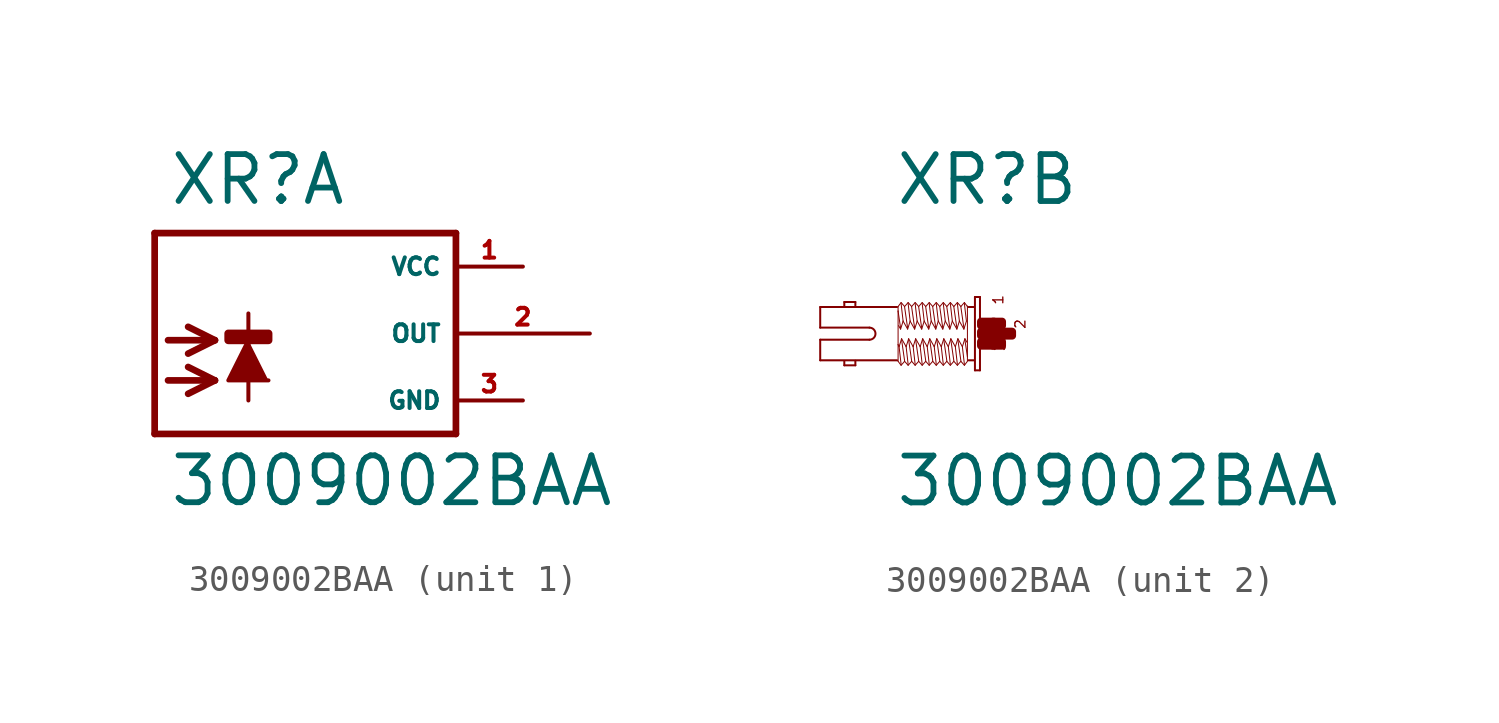
<source format=kicad_sym>
(kicad_symbol_lib
  (version 20220914)
  (generator Eagle2Kicad)
  (symbol "3009002BAA"
    (property "Reference" "XR"
      (at -3.302 4.801 0)
      (effects (font (size 1.778 1.778) (thickness 0.22)) (justify left bottom)))
    (property "Value" "3009002BAA"
      (at -3.302 -6.629 0)
      (effects (font (size 1.778 1.778) (thickness 0.22)) (justify left bottom)))
    (symbol "3009002BAA_1_0"
      (polyline (pts (xy -0.254 -0.254) (xy -1.016 -1.778) (xy 0.508 -1.778)) (stroke (width 0.152) (type default)) (fill (type outline)))
      (polyline (pts (xy -3.302 -0.254) (xy -1.524 -0.254)) (stroke (width 0.254) (type default)) (fill (type none)))
      (polyline (pts (xy -1.524 -0.254) (xy -2.54 -0.762)) (stroke (width 0.254) (type default)) (fill (type none)))
      (polyline (pts (xy -1.524 -0.254) (xy -2.54 0.254)) (stroke (width 0.254) (type default)) (fill (type none)))
      (polyline (pts (xy -3.302 -1.778) (xy -1.524 -1.778)) (stroke (width 0.254) (type default)) (fill (type none)))
      (polyline (pts (xy -1.524 -1.778) (xy -2.54 -2.286)) (stroke (width 0.254) (type default)) (fill (type none)))
      (polyline (pts (xy -1.524 -1.778) (xy -2.54 -1.27)) (stroke (width 0.254) (type default)) (fill (type none)))
      (polyline (pts (xy -0.254 0.762) (xy -0.254 -2.54)) (stroke (width 0.152) (type default)) (fill (type none)))
      (polyline (pts (xy 7.62 3.81) (xy -3.81 3.81)) (stroke (width 0.254) (type default)) (fill (type none)))
      (polyline (pts (xy -3.81 3.81) (xy -3.81 -3.81)) (stroke (width 0.254) (type default)) (fill (type none)))
      (polyline (pts (xy -3.81 -3.81) (xy 7.62 -3.81)) (stroke (width 0.254) (type default)) (fill (type none)))
      (polyline (pts (xy 7.62 -3.81) (xy 7.62 3.81)) (stroke (width 0.254) (type default)) (fill (type none)))
      (rectangle (start -1.016 -0.254) (end 0.508 0) (stroke (width 0.3) (type default)) (fill (type outline)))
      (pin unspecified line (at 10.16 2.54 180) (length 2.54) (name "VCC" (effects (font (size 0.635 0.635) (thickness 0.08)) (justify left bottom))) (number "1" (effects (font (size 0.635 0.635) (thickness 0.08)) (justify left bottom))))
      (pin unspecified line (at 10.16 -2.54 180) (length 2.54) (name "GND" (effects (font (size 0.635 0.635) (thickness 0.08)) (justify left bottom))) (number "3" (effects (font (size 0.635 0.635) (thickness 0.08)) (justify left bottom))))
      (pin output line (at 12.7 0 180) (length 5.08) (name "OUT" (effects (font (size 0.635 0.635) (thickness 0.08)) (justify left bottom))) (number "2" (effects (font (size 0.635 0.635) (thickness 0.08)) (justify left bottom)))))
    (symbol "3009002BAA_2_0"
      (polyline (pts (xy -0.038 1.391) (xy -0.038 -1.391)) (stroke (width 0.076) (type default)) (fill (type none)))
      (polyline (pts (xy -0.038 -1.391) (xy -0.229 -1.391)) (stroke (width 0.076) (type default)) (fill (type none)))
      (polyline (pts (xy -0.229 -1.391) (xy -0.229 1.391)) (stroke (width 0.076) (type default)) (fill (type none)))
      (polyline (pts (xy -0.229 1.391) (xy -0.038 1.391)) (stroke (width 0.076) (type default)) (fill (type none)))
      (polyline (pts (xy -0.267 1.01) (xy -0.476 1.01)) (stroke (width 0.076) (type default)) (fill (type none)))
      (polyline (pts (xy -0.267 -1.01) (xy -0.476 -1.01)) (stroke (width 0.076) (type default)) (fill (type none)))
      (polyline (pts (xy -3.181 -1.01) (xy -6.096 -1.01)) (stroke (width 0.076) (type default)) (fill (type none)))
      (polyline (pts (xy -6.096 -1.01) (xy -6.096 -0.229)) (stroke (width 0.076) (type default)) (fill (type none)))
      (polyline (pts (xy -6.096 -0.229) (xy -4.229 -0.229)) (stroke (width 0.076) (type default)) (fill (type none)))
      (polyline (pts (xy -4.229 0.229) (xy -6.096 0.229)) (stroke (width 0.076) (type default)) (fill (type none)))
      (polyline (pts (xy -6.096 0.229) (xy -6.096 1.01)) (stroke (width 0.076) (type default)) (fill (type none)))
      (polyline (pts (xy -6.096 1.01) (xy -3.181 1.01)) (stroke (width 0.076) (type default)) (fill (type none)))
      (polyline (pts (xy -4.763 -1.029) (xy -4.763 -1.2)) (stroke (width 0.076) (type default)) (fill (type none)))
      (polyline (pts (xy -4.763 -1.2) (xy -5.182 -1.2)) (stroke (width 0.076) (type default)) (fill (type none)))
      (polyline (pts (xy -5.182 -1.2) (xy -5.182 -1.048)) (stroke (width 0.076) (type default)) (fill (type none)))
      (polyline (pts (xy -4.763 1.067) (xy -4.763 1.2)) (stroke (width 0.076) (type default)) (fill (type none)))
      (polyline (pts (xy -4.763 1.2) (xy -5.182 1.2)) (stroke (width 0.076) (type default)) (fill (type none)))
      (polyline (pts (xy -5.182 1.2) (xy -5.182 1.048)) (stroke (width 0.076) (type default)) (fill (type none)))
      (polyline (pts (xy -0.514 -1.048) (xy -0.629 -1.2)) (stroke (width 0.038) (type default)) (fill (type none)))
      (polyline (pts (xy -0.629 -1.2) (xy -0.762 -1.048)) (stroke (width 0.038) (type default)) (fill (type none)))
      (polyline (pts (xy -0.762 -1.048) (xy -0.895 -1.2)) (stroke (width 0.038) (type default)) (fill (type none)))
      (polyline (pts (xy -0.895 -1.2) (xy -1.029 -1.048)) (stroke (width 0.038) (type default)) (fill (type none)))
      (polyline (pts (xy -1.029 -1.048) (xy -1.162 -1.2)) (stroke (width 0.038) (type default)) (fill (type none)))
      (polyline (pts (xy -1.162 -1.2) (xy -1.295 -1.048)) (stroke (width 0.038) (type default)) (fill (type none)))
      (polyline (pts (xy -1.295 -1.048) (xy -1.429 -1.2)) (stroke (width 0.038) (type default)) (fill (type none)))
      (polyline (pts (xy -1.429 -1.2) (xy -1.562 -1.048)) (stroke (width 0.038) (type default)) (fill (type none)))
      (polyline (pts (xy -1.562 -1.048) (xy -1.696 -1.2)) (stroke (width 0.038) (type default)) (fill (type none)))
      (polyline (pts (xy -1.696 -1.2) (xy -1.829 -1.048)) (stroke (width 0.038) (type default)) (fill (type none)))
      (polyline (pts (xy -1.829 -1.048) (xy -1.962 -1.2)) (stroke (width 0.038) (type default)) (fill (type none)))
      (polyline (pts (xy -1.962 -1.2) (xy -2.095 -1.048)) (stroke (width 0.038) (type default)) (fill (type none)))
      (polyline (pts (xy -2.095 -1.048) (xy -2.229 -1.2)) (stroke (width 0.038) (type default)) (fill (type none)))
      (polyline (pts (xy -2.229 -1.2) (xy -2.362 -1.048)) (stroke (width 0.038) (type default)) (fill (type none)))
      (polyline (pts (xy -2.362 -1.048) (xy -2.496 -1.2)) (stroke (width 0.038) (type default)) (fill (type none)))
      (polyline (pts (xy -2.496 -1.2) (xy -2.629 -1.048)) (stroke (width 0.038) (type default)) (fill (type none)))
      (polyline (pts (xy -2.629 -1.048) (xy -2.762 -1.2)) (stroke (width 0.038) (type default)) (fill (type none)))
      (polyline (pts (xy -2.762 -1.2) (xy -2.896 -1.048)) (stroke (width 0.038) (type default)) (fill (type none)))
      (polyline (pts (xy -2.896 -1.048) (xy -3.029 -1.2)) (stroke (width 0.038) (type default)) (fill (type none)))
      (polyline (pts (xy -3.029 -1.2) (xy -3.143 -1.048)) (stroke (width 0.038) (type default)) (fill (type none)))
      (polyline (pts (xy -3.143 -1.048) (xy -3.143 -0.419)) (stroke (width 0.038) (type default)) (fill (type none)))
      (polyline (pts (xy -3.143 -0.419) (xy -3.143 0.857)) (stroke (width 0.038) (type default)) (fill (type none)))
      (polyline (pts (xy -3.143 0.857) (xy -3.143 1.029)) (stroke (width 0.038) (type default)) (fill (type none)))
      (polyline (pts (xy -0.514 1.048) (xy -0.514 1.029)) (stroke (width 0.038) (type default)) (fill (type none)))
      (polyline (pts (xy -0.514 1.029) (xy -0.514 -0.876)) (stroke (width 0.038) (type default)) (fill (type none)))
      (polyline (pts (xy -0.514 -0.876) (xy -0.514 -1.029)) (stroke (width 0.038) (type default)) (fill (type none)))
      (polyline (pts (xy -0.533 -0.324) (xy -0.61 -0.191)) (stroke (width 0.038) (type default)) (fill (type none)))
      (polyline (pts (xy -0.61 -0.191) (xy -0.705 -0.495)) (stroke (width 0.038) (type default)) (fill (type none)))
      (polyline (pts (xy -0.705 -0.495) (xy -0.876 -0.191)) (stroke (width 0.038) (type default)) (fill (type none)))
      (polyline (pts (xy -0.876 -0.191) (xy -0.972 -0.495)) (stroke (width 0.038) (type default)) (fill (type none)))
      (polyline (pts (xy -0.972 -0.495) (xy -1.143 -0.191)) (stroke (width 0.038) (type default)) (fill (type none)))
      (polyline (pts (xy -1.143 -0.191) (xy -1.238 -0.495)) (stroke (width 0.038) (type default)) (fill (type none)))
      (polyline (pts (xy -1.238 -0.495) (xy -1.41 -0.191)) (stroke (width 0.038) (type default)) (fill (type none)))
      (polyline (pts (xy -1.41 -0.191) (xy -1.505 -0.495)) (stroke (width 0.038) (type default)) (fill (type none)))
      (polyline (pts (xy -1.505 -0.495) (xy -1.676 -0.191)) (stroke (width 0.038) (type default)) (fill (type none)))
      (polyline (pts (xy -1.676 -0.191) (xy -1.772 -0.495)) (stroke (width 0.038) (type default)) (fill (type none)))
      (polyline (pts (xy -1.772 -0.495) (xy -1.943 -0.191)) (stroke (width 0.038) (type default)) (fill (type none)))
      (polyline (pts (xy -1.943 -0.191) (xy -2.038 -0.495)) (stroke (width 0.038) (type default)) (fill (type none)))
      (polyline (pts (xy -2.038 -0.495) (xy -2.21 -0.191)) (stroke (width 0.038) (type default)) (fill (type none)))
      (polyline (pts (xy -2.21 -0.191) (xy -2.305 -0.495)) (stroke (width 0.038) (type default)) (fill (type none)))
      (polyline (pts (xy -2.305 -0.495) (xy -2.477 -0.191)) (stroke (width 0.038) (type default)) (fill (type none)))
      (polyline (pts (xy -2.477 -0.191) (xy -2.572 -0.495)) (stroke (width 0.038) (type default)) (fill (type none)))
      (polyline (pts (xy -2.572 -0.495) (xy -2.743 -0.191)) (stroke (width 0.038) (type default)) (fill (type none)))
      (polyline (pts (xy -2.743 -0.191) (xy -2.838 -0.495)) (stroke (width 0.038) (type default)) (fill (type none)))
      (polyline (pts (xy -2.838 -0.495) (xy -3.01 -0.191)) (stroke (width 0.038) (type default)) (fill (type none)))
      (polyline (pts (xy -3.01 -0.191) (xy -3.105 -0.495)) (stroke (width 0.038) (type default)) (fill (type none)))
      (polyline (pts (xy -3.105 -0.495) (xy -3.143 -0.419)) (stroke (width 0.038) (type default)) (fill (type none)))
      (polyline (pts (xy -3.029 -1.162) (xy -3.105 -0.495)) (stroke (width 0.038) (type default)) (fill (type none)))
      (polyline (pts (xy -2.896 -1.029) (xy -3.01 -0.229)) (stroke (width 0.038) (type default)) (fill (type none)))
      (polyline (pts (xy -2.762 -1.162) (xy -2.838 -0.495)) (stroke (width 0.038) (type default)) (fill (type none)))
      (polyline (pts (xy -2.629 -1.029) (xy -2.743 -0.229)) (stroke (width 0.038) (type default)) (fill (type none)))
      (polyline (pts (xy -2.496 -1.162) (xy -2.572 -0.495)) (stroke (width 0.038) (type default)) (fill (type none)))
      (polyline (pts (xy -2.362 -1.029) (xy -2.477 -0.229)) (stroke (width 0.038) (type default)) (fill (type none)))
      (polyline (pts (xy -2.229 -1.162) (xy -2.305 -0.495)) (stroke (width 0.038) (type default)) (fill (type none)))
      (polyline (pts (xy -2.095 -1.029) (xy -2.21 -0.229)) (stroke (width 0.038) (type default)) (fill (type none)))
      (polyline (pts (xy -1.962 -1.162) (xy -2.038 -0.495)) (stroke (width 0.038) (type default)) (fill (type none)))
      (polyline (pts (xy -1.829 -1.029) (xy -1.943 -0.229)) (stroke (width 0.038) (type default)) (fill (type none)))
      (polyline (pts (xy -1.696 -1.162) (xy -1.772 -0.495)) (stroke (width 0.038) (type default)) (fill (type none)))
      (polyline (pts (xy -1.562 -1.029) (xy -1.676 -0.229)) (stroke (width 0.038) (type default)) (fill (type none)))
      (polyline (pts (xy -1.429 -1.162) (xy -1.505 -0.495)) (stroke (width 0.038) (type default)) (fill (type none)))
      (polyline (pts (xy -1.295 -1.029) (xy -1.41 -0.229)) (stroke (width 0.038) (type default)) (fill (type none)))
      (polyline (pts (xy -1.162 -1.162) (xy -1.238 -0.495)) (stroke (width 0.038) (type default)) (fill (type none)))
      (polyline (pts (xy -1.029 -1.029) (xy -1.143 -0.229)) (stroke (width 0.038) (type default)) (fill (type none)))
      (polyline (pts (xy -0.895 -1.162) (xy -0.972 -0.495)) (stroke (width 0.038) (type default)) (fill (type none)))
      (polyline (pts (xy -0.762 -1.029) (xy -0.876 -0.229)) (stroke (width 0.038) (type default)) (fill (type none)))
      (polyline (pts (xy -0.629 -1.162) (xy -0.705 -0.495)) (stroke (width 0.038) (type default)) (fill (type none)))
      (polyline (pts (xy -0.514 -0.876) (xy -0.61 -0.229)) (stroke (width 0.038) (type default)) (fill (type none)))
      (polyline (pts (xy -3.143 1.029) (xy -3.029 1.181)) (stroke (width 0.038) (type default)) (fill (type none)))
      (polyline (pts (xy -3.029 1.181) (xy -2.896 1.029)) (stroke (width 0.038) (type default)) (fill (type none)))
      (polyline (pts (xy -2.896 1.029) (xy -2.762 1.181)) (stroke (width 0.038) (type default)) (fill (type none)))
      (polyline (pts (xy -2.762 1.181) (xy -2.629 1.029)) (stroke (width 0.038) (type default)) (fill (type none)))
      (polyline (pts (xy -2.629 1.029) (xy -2.496 1.181)) (stroke (width 0.038) (type default)) (fill (type none)))
      (polyline (pts (xy -2.496 1.181) (xy -2.362 1.029)) (stroke (width 0.038) (type default)) (fill (type none)))
      (polyline (pts (xy -2.362 1.029) (xy -2.229 1.181)) (stroke (width 0.038) (type default)) (fill (type none)))
      (polyline (pts (xy -2.229 1.181) (xy -2.095 1.029)) (stroke (width 0.038) (type default)) (fill (type none)))
      (polyline (pts (xy -2.095 1.029) (xy -1.962 1.181)) (stroke (width 0.038) (type default)) (fill (type none)))
      (polyline (pts (xy -1.962 1.181) (xy -1.829 1.029)) (stroke (width 0.038) (type default)) (fill (type none)))
      (polyline (pts (xy -1.829 1.029) (xy -1.696 1.181)) (stroke (width 0.038) (type default)) (fill (type none)))
      (polyline (pts (xy -1.696 1.181) (xy -1.562 1.029)) (stroke (width 0.038) (type default)) (fill (type none)))
      (polyline (pts (xy -1.562 1.029) (xy -1.429 1.181)) (stroke (width 0.038) (type default)) (fill (type none)))
      (polyline (pts (xy -1.429 1.181) (xy -1.295 1.029)) (stroke (width 0.038) (type default)) (fill (type none)))
      (polyline (pts (xy -1.295 1.029) (xy -1.162 1.181)) (stroke (width 0.038) (type default)) (fill (type none)))
      (polyline (pts (xy -1.162 1.181) (xy -1.029 1.029)) (stroke (width 0.038) (type default)) (fill (type none)))
      (polyline (pts (xy -1.029 1.029) (xy -0.895 1.181)) (stroke (width 0.038) (type default)) (fill (type none)))
      (polyline (pts (xy -0.895 1.181) (xy -0.762 1.029)) (stroke (width 0.038) (type default)) (fill (type none)))
      (polyline (pts (xy -0.762 1.029) (xy -0.629 1.181)) (stroke (width 0.038) (type default)) (fill (type none)))
      (polyline (pts (xy -0.629 1.181) (xy -0.514 1.029)) (stroke (width 0.038) (type default)) (fill (type none)))
      (polyline (pts (xy -3.124 0.305) (xy -3.048 0.172)) (stroke (width 0.038) (type default)) (fill (type none)))
      (polyline (pts (xy -3.048 0.172) (xy -2.953 0.476)) (stroke (width 0.038) (type default)) (fill (type none)))
      (polyline (pts (xy -2.953 0.476) (xy -2.781 0.172)) (stroke (width 0.038) (type default)) (fill (type none)))
      (polyline (pts (xy -2.781 0.172) (xy -2.686 0.476)) (stroke (width 0.038) (type default)) (fill (type none)))
      (polyline (pts (xy -2.686 0.476) (xy -2.515 0.172)) (stroke (width 0.038) (type default)) (fill (type none)))
      (polyline (pts (xy -2.515 0.172) (xy -2.419 0.476)) (stroke (width 0.038) (type default)) (fill (type none)))
      (polyline (pts (xy -2.419 0.476) (xy -2.248 0.172)) (stroke (width 0.038) (type default)) (fill (type none)))
      (polyline (pts (xy -2.248 0.172) (xy -2.153 0.476)) (stroke (width 0.038) (type default)) (fill (type none)))
      (polyline (pts (xy -2.153 0.476) (xy -1.981 0.172)) (stroke (width 0.038) (type default)) (fill (type none)))
      (polyline (pts (xy -1.981 0.172) (xy -1.886 0.476)) (stroke (width 0.038) (type default)) (fill (type none)))
      (polyline (pts (xy -1.886 0.476) (xy -1.714 0.172)) (stroke (width 0.038) (type default)) (fill (type none)))
      (polyline (pts (xy -1.714 0.172) (xy -1.619 0.476)) (stroke (width 0.038) (type default)) (fill (type none)))
      (polyline (pts (xy -1.619 0.476) (xy -1.448 0.172)) (stroke (width 0.038) (type default)) (fill (type none)))
      (polyline (pts (xy -1.448 0.172) (xy -1.353 0.476)) (stroke (width 0.038) (type default)) (fill (type none)))
      (polyline (pts (xy -1.353 0.476) (xy -1.181 0.172)) (stroke (width 0.038) (type default)) (fill (type none)))
      (polyline (pts (xy -1.181 0.172) (xy -1.086 0.476)) (stroke (width 0.038) (type default)) (fill (type none)))
      (polyline (pts (xy -1.086 0.476) (xy -0.914 0.172)) (stroke (width 0.038) (type default)) (fill (type none)))
      (polyline (pts (xy -0.914 0.172) (xy -0.819 0.476)) (stroke (width 0.038) (type default)) (fill (type none)))
      (polyline (pts (xy -0.819 0.476) (xy -0.648 0.172)) (stroke (width 0.038) (type default)) (fill (type none)))
      (polyline (pts (xy -0.648 0.172) (xy -0.552 0.476)) (stroke (width 0.038) (type default)) (fill (type none)))
      (polyline (pts (xy -0.629 1.143) (xy -0.552 0.476)) (stroke (width 0.038) (type default)) (fill (type none)))
      (polyline (pts (xy -0.762 1.01) (xy -0.648 0.21)) (stroke (width 0.038) (type default)) (fill (type none)))
      (polyline (pts (xy -0.895 1.143) (xy -0.819 0.476)) (stroke (width 0.038) (type default)) (fill (type none)))
      (polyline (pts (xy -1.029 1.01) (xy -0.914 0.21)) (stroke (width 0.038) (type default)) (fill (type none)))
      (polyline (pts (xy -1.162 1.143) (xy -1.086 0.476)) (stroke (width 0.038) (type default)) (fill (type none)))
      (polyline (pts (xy -1.295 1.01) (xy -1.181 0.21)) (stroke (width 0.038) (type default)) (fill (type none)))
      (polyline (pts (xy -1.429 1.143) (xy -1.353 0.476)) (stroke (width 0.038) (type default)) (fill (type none)))
      (polyline (pts (xy -1.562 1.01) (xy -1.448 0.21)) (stroke (width 0.038) (type default)) (fill (type none)))
      (polyline (pts (xy -1.696 1.143) (xy -1.619 0.476)) (stroke (width 0.038) (type default)) (fill (type none)))
      (polyline (pts (xy -1.829 1.01) (xy -1.714 0.21)) (stroke (width 0.038) (type default)) (fill (type none)))
      (polyline (pts (xy -1.962 1.143) (xy -1.886 0.476)) (stroke (width 0.038) (type default)) (fill (type none)))
      (polyline (pts (xy -2.095 1.01) (xy -1.981 0.21)) (stroke (width 0.038) (type default)) (fill (type none)))
      (polyline (pts (xy -2.229 1.143) (xy -2.153 0.476)) (stroke (width 0.038) (type default)) (fill (type none)))
      (polyline (pts (xy -2.362 1.01) (xy -2.248 0.21)) (stroke (width 0.038) (type default)) (fill (type none)))
      (polyline (pts (xy -2.496 1.143) (xy -2.419 0.476)) (stroke (width 0.038) (type default)) (fill (type none)))
      (polyline (pts (xy -2.629 1.01) (xy -2.515 0.21)) (stroke (width 0.038) (type default)) (fill (type none)))
      (polyline (pts (xy -2.762 1.143) (xy -2.686 0.476)) (stroke (width 0.038) (type default)) (fill (type none)))
      (polyline (pts (xy -2.896 1.01) (xy -2.781 0.21)) (stroke (width 0.038) (type default)) (fill (type none)))
      (polyline (pts (xy -3.029 1.143) (xy -2.953 0.476)) (stroke (width 0.038) (type default)) (fill (type none)))
      (polyline (pts (xy -3.143 0.857) (xy -3.048 0.21)) (stroke (width 0.038) (type default)) (fill (type none)))
      (arc (start -4.2291 -0.2286) (mid -4.001 0.000) (end -4.2291 0.2286) (stroke (width 0.0762) (type default)) (fill (type none)))
      (text "1" (at 0.876 1.067 1800) (effects (font (size 0.381 0.381) (thickness 0.05)) (justify left bottom)))
      (text "3" (at 0.953 -0.686 1800) (effects (font (size 0.381 0.381) (thickness 0.05)) (justify left bottom)))
      (text "2" (at 1.714 0.152 1800) (effects (font (size 0.381 0.381) (thickness 0.05)) (justify left bottom)))
      (rectangle (start 0 -0.457) (end 0.495 -0.305) (stroke (width 0.3) (type default)) (fill (type outline)))
      (rectangle (start 0 -0.076) (end 0.876 0.076) (stroke (width 0.3) (type default)) (fill (type outline)))
      (rectangle (start 0.457 -0.457) (end 0.8 -0.305) (stroke (width 0.3) (type default)) (fill (type outline)))
      (rectangle (start 0.838 -0.076) (end 1.181 0.076) (stroke (width 0.3) (type default)) (fill (type outline)))
      (rectangle (start 0.457 0.305) (end 0.8 0.457) (stroke (width 0.3) (type default)) (fill (type outline)))
      (rectangle (start 0 0.305) (end 0.495 0.457) (stroke (width 0.3) (type default)) (fill (type outline))))))
</source>
